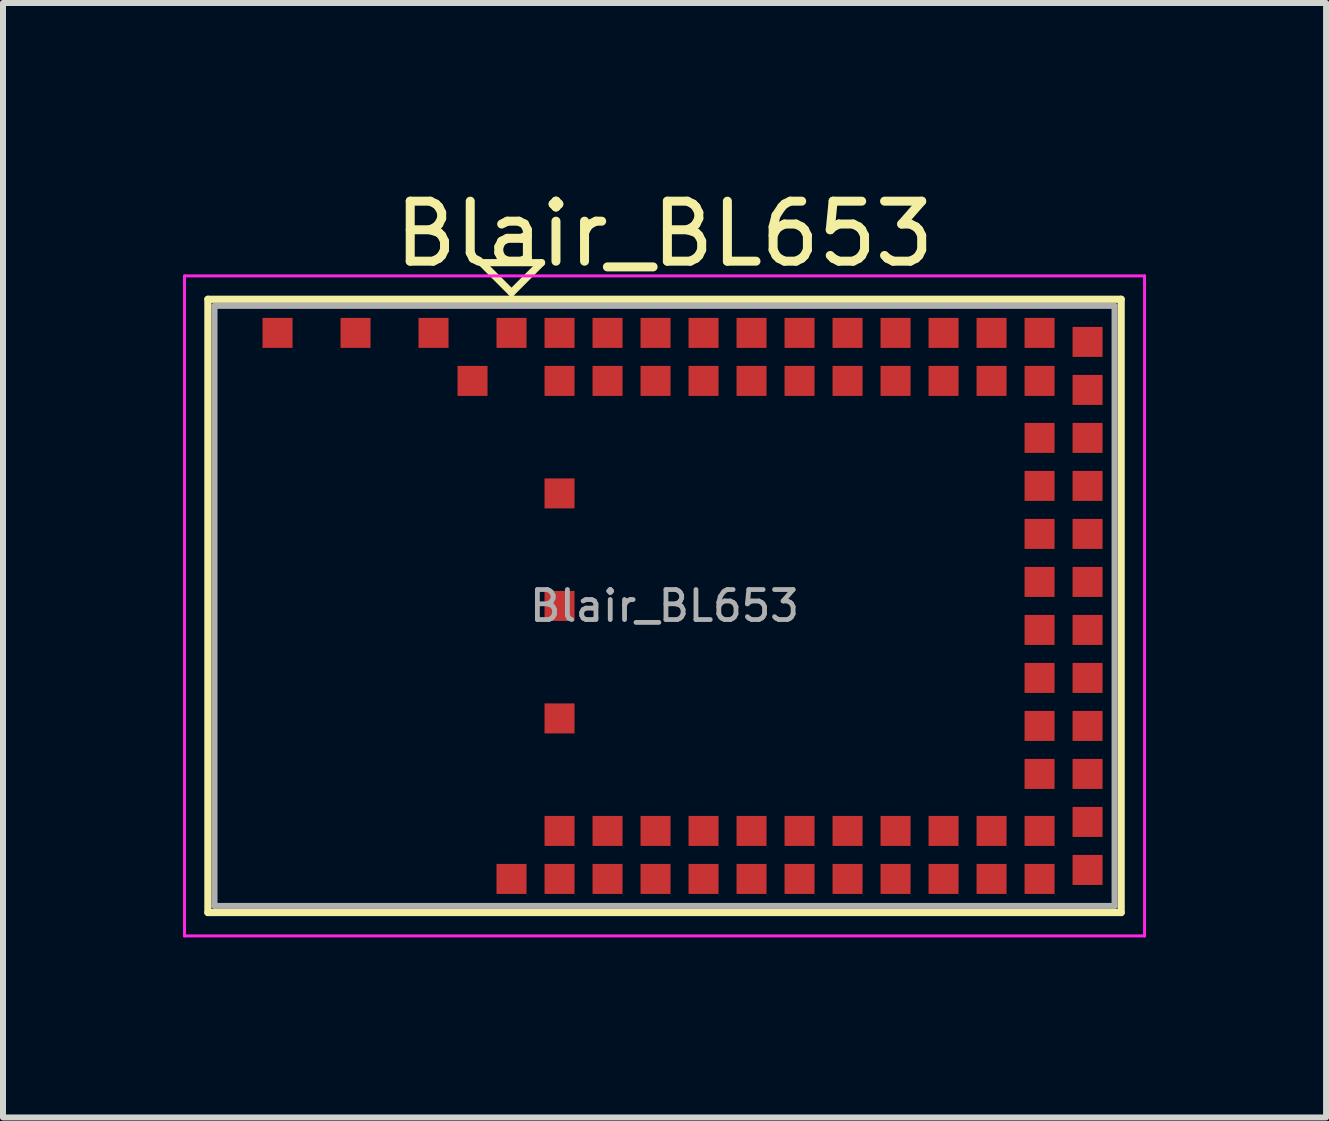
<source format=kicad_pcb>
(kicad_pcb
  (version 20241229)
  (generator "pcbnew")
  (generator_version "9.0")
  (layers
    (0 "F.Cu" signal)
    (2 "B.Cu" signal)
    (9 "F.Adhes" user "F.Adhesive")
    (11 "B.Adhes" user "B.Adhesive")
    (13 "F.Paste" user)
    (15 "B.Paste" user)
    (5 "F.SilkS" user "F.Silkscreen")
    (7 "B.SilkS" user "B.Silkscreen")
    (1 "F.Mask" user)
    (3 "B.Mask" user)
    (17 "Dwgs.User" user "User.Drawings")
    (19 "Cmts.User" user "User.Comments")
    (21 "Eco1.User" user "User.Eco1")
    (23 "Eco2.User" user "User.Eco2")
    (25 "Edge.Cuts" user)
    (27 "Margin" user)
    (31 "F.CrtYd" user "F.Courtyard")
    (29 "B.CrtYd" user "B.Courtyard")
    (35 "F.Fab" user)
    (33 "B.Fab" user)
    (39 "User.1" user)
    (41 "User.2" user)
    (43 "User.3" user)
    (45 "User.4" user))
  (footprint "Blair_BL653"
    (layer "F.Cu")
    (at 8.025 7.048)
    (property "Reference" "Blair_BL653" (at 0 -6.2 0) (layer "F.SilkS") (effects (font (size 1 1) (thickness 0.15))))
    (attr smd)
    (fp_line (start -7.61 -5.11) (end 7.61 -5.11) (stroke (width 0.12) (type solid)) (layer "F.SilkS"))
    (fp_line (start -7.61 5.11) (end -7.61 -5.11) (stroke (width 0.12) (type solid)) (layer "F.SilkS"))
    (fp_line (start -3.05 -5.72) (end -2.05 -5.72) (stroke (width 0.12) (type solid)) (layer "F.SilkS"))
    (fp_line (start -2.55 -5.22) (end -3.05 -5.72) (stroke (width 0.12) (type solid)) (layer "F.SilkS"))
    (fp_line (start -2.05 -5.72) (end -2.55 -5.22) (stroke (width 0.12) (type solid)) (layer "F.SilkS"))
    (fp_line (start 7.61 -5.11) (end 7.61 5.11) (stroke (width 0.12) (type solid)) (layer "F.SilkS"))
    (fp_line (start 7.61 5.11) (end -7.61 5.11) (stroke (width 0.12) (type solid)) (layer "F.SilkS"))
    (fp_line (start -8 -5.5) (end 8 -5.5) (stroke (width 0.05) (type solid)) (layer "F.CrtYd"))
    (fp_line (start -8 5.5) (end -8 -5.5) (stroke (width 0.05) (type solid)) (layer "F.CrtYd"))
    (fp_line (start 8 -5.5) (end 8 5.5) (stroke (width 0.05) (type solid)) (layer "F.CrtYd"))
    (fp_line (start 8 5.5) (end -8 5.5) (stroke (width 0.05) (type solid)) (layer "F.CrtYd"))
    (fp_line (start -7.5 -5) (end 7.5 -5) (stroke (width 0.1) (type solid)) (layer "F.Fab"))
    (fp_line (start -7.5 5) (end -7.5 -5) (stroke (width 0.1) (type solid)) (layer "F.Fab"))
    (fp_line (start 7.5 -5) (end 7.5 5) (stroke (width 0.1) (type solid)) (layer "F.Fab"))
    (fp_line (start 7.5 5) (end -7.5 5) (stroke (width 0.1) (type solid)) (layer "F.Fab"))
    (fp_text user "${REFERENCE}" (at 0 0 0) (layer "F.Fab") (effects (font (size 0.5 0.5) (thickness 0.08))))
    (pad "0" smd rect (at -2.55 -4.55) (size 0.5 0.5) (layers "F.Cu" "F.Mask" "F.Paste"))
    (pad "1" smd rect (at -1.75 -4.55) (size 0.5 0.5) (layers "F.Cu" "F.Mask" "F.Paste"))
    (pad "2" smd rect (at -1.75 -3.75) (size 0.5 0.5) (layers "F.Cu" "F.Mask" "F.Paste"))
    (pad "3" smd rect (at -0.95 -4.55) (size 0.5 0.5) (layers "F.Cu" "F.Mask" "F.Paste"))
    (pad "4" smd rect (at -0.95 -3.75) (size 0.5 0.5) (layers "F.Cu" "F.Mask" "F.Paste"))
    (pad "5" smd rect (at -0.15 -4.55) (size 0.5 0.5) (layers "F.Cu" "F.Mask" "F.Paste"))
    (pad "6" smd rect (at -0.15 -3.75) (size 0.5 0.5) (layers "F.Cu" "F.Mask" "F.Paste"))
    (pad "7" smd rect (at 0.65 -4.55) (size 0.5 0.5) (layers "F.Cu" "F.Mask" "F.Paste"))
    (pad "8" smd rect (at 0.65 -3.75) (size 0.5 0.5) (layers "F.Cu" "F.Mask" "F.Paste"))
    (pad "9" smd rect (at 1.45 -4.55) (size 0.5 0.5) (layers "F.Cu" "F.Mask" "F.Paste"))
    (pad "10" smd rect (at 1.45 -3.75) (size 0.5 0.5) (layers "F.Cu" "F.Mask" "F.Paste"))
    (pad "11" smd rect (at 2.25 -4.55) (size 0.5 0.5) (layers "F.Cu" "F.Mask" "F.Paste"))
    (pad "12" smd rect (at 2.25 -3.75) (size 0.5 0.5) (layers "F.Cu" "F.Mask" "F.Paste"))
    (pad "13" smd rect (at 3.05 -4.55) (size 0.5 0.5) (layers "F.Cu" "F.Mask" "F.Paste"))
    (pad "14" smd rect (at 3.05 -3.75) (size 0.5 0.5) (layers "F.Cu" "F.Mask" "F.Paste"))
    (pad "15" smd rect (at 3.85 -4.55) (size 0.5 0.5) (layers "F.Cu" "F.Mask" "F.Paste"))
    (pad "16" smd rect (at 3.85 -3.75) (size 0.5 0.5) (layers "F.Cu" "F.Mask" "F.Paste"))
    (pad "17" smd rect (at 4.65 -4.55) (size 0.5 0.5) (layers "F.Cu" "F.Mask" "F.Paste"))
    (pad "18" smd rect (at 4.65 -3.75) (size 0.5 0.5) (layers "F.Cu" "F.Mask" "F.Paste"))
    (pad "19" smd rect (at 5.45 -4.55) (size 0.5 0.5) (layers "F.Cu" "F.Mask" "F.Paste"))
    (pad "20" smd rect (at 5.45 -3.75) (size 0.5 0.5) (layers "F.Cu" "F.Mask" "F.Paste"))
    (pad "21" smd rect (at 6.25 -4.55) (size 0.5 0.5) (layers "F.Cu" "F.Mask" "F.Paste"))
    (pad "22" smd rect (at 6.25 -3.75) (size 0.5 0.5) (layers "F.Cu" "F.Mask" "F.Paste"))
    (pad "23" smd rect (at 7.05 -4.4) (size 0.5 0.5) (layers "F.Cu" "F.Mask" "F.Paste"))
    (pad "24" smd rect (at 7.05 -3.6) (size 0.5 0.5) (layers "F.Cu" "F.Mask" "F.Paste"))
    (pad "25" smd rect (at 7.05 -2.8) (size 0.5 0.5) (layers "F.Cu" "F.Mask" "F.Paste"))
    (pad "26" smd rect (at 6.25 -2.8) (size 0.5 0.5) (layers "F.Cu" "F.Mask" "F.Paste"))
    (pad "27" smd rect (at 7.05 -2) (size 0.5 0.5) (layers "F.Cu" "F.Mask" "F.Paste"))
    (pad "28" smd rect (at 6.25 -2) (size 0.5 0.5) (layers "F.Cu" "F.Mask" "F.Paste"))
    (pad "29" smd rect (at 7.05 -1.2) (size 0.5 0.5) (layers "F.Cu" "F.Mask" "F.Paste"))
    (pad "30" smd rect (at 6.25 -1.2) (size 0.5 0.5) (layers "F.Cu" "F.Mask" "F.Paste"))
    (pad "31" smd rect (at 7.05 -0.4) (size 0.5 0.5) (layers "F.Cu" "F.Mask" "F.Paste"))
    (pad "32" smd rect (at 6.25 -0.4) (size 0.5 0.5) (layers "F.Cu" "F.Mask" "F.Paste"))
    (pad "33" smd rect (at 7.05 0.4) (size 0.5 0.5) (layers "F.Cu" "F.Mask" "F.Paste"))
    (pad "34" smd rect (at 6.25 0.4) (size 0.5 0.5) (layers "F.Cu" "F.Mask" "F.Paste"))
    (pad "35" smd rect (at 7.05 1.2) (size 0.5 0.5) (layers "F.Cu" "F.Mask" "F.Paste"))
    (pad "36" smd rect (at 6.25 1.2) (size 0.5 0.5) (layers "F.Cu" "F.Mask" "F.Paste"))
    (pad "37" smd rect (at 7.05 2) (size 0.5 0.5) (layers "F.Cu" "F.Mask" "F.Paste"))
    (pad "38" smd rect (at 6.25 2) (size 0.5 0.5) (layers "F.Cu" "F.Mask" "F.Paste"))
    (pad "39" smd rect (at 7.05 2.8) (size 0.5 0.5) (layers "F.Cu" "F.Mask" "F.Paste"))
    (pad "40" smd rect (at 6.25 2.8) (size 0.5 0.5) (layers "F.Cu" "F.Mask" "F.Paste"))
    (pad "41" smd rect (at 7.05 3.6) (size 0.5 0.5) (layers "F.Cu" "F.Mask" "F.Paste"))
    (pad "42" smd rect (at 7.05 4.4) (size 0.5 0.5) (layers "F.Cu" "F.Mask" "F.Paste"))
    (pad "43" smd rect (at 6.25 4.55) (size 0.5 0.5) (layers "F.Cu" "F.Mask" "F.Paste"))
    (pad "44" smd rect (at 6.25 3.75) (size 0.5 0.5) (layers "F.Cu" "F.Mask" "F.Paste"))
    (pad "45" smd rect (at 5.45 4.55) (size 0.5 0.5) (layers "F.Cu" "F.Mask" "F.Paste"))
    (pad "46" smd rect (at 5.45 3.75) (size 0.5 0.5) (layers "F.Cu" "F.Mask" "F.Paste"))
    (pad "47" smd rect (at 4.65 4.55) (size 0.5 0.5) (layers "F.Cu" "F.Mask" "F.Paste"))
    (pad "48" smd rect (at 4.65 3.75) (size 0.5 0.5) (layers "F.Cu" "F.Mask" "F.Paste"))
    (pad "49" smd rect (at 3.85 4.55) (size 0.5 0.5) (layers "F.Cu" "F.Mask" "F.Paste"))
    (pad "50" smd rect (at 3.85 3.75) (size 0.5 0.5) (layers "F.Cu" "F.Mask" "F.Paste"))
    (pad "51" smd rect (at 3.05 4.55) (size 0.5 0.5) (layers "F.Cu" "F.Mask" "F.Paste"))
    (pad "52" smd rect (at 3.05 3.75) (size 0.5 0.5) (layers "F.Cu" "F.Mask" "F.Paste"))
    (pad "53" smd rect (at 2.25 4.55) (size 0.5 0.5) (layers "F.Cu" "F.Mask" "F.Paste"))
    (pad "54" smd rect (at 2.25 3.75) (size 0.5 0.5) (layers "F.Cu" "F.Mask" "F.Paste"))
    (pad "55" smd rect (at 1.45 4.55) (size 0.5 0.5) (layers "F.Cu" "F.Mask" "F.Paste"))
    (pad "56" smd rect (at 1.45 3.75) (size 0.5 0.5) (layers "F.Cu" "F.Mask" "F.Paste"))
    (pad "57" smd rect (at 0.65 4.55) (size 0.5 0.5) (layers "F.Cu" "F.Mask" "F.Paste"))
    (pad "58" smd rect (at 0.65 3.75) (size 0.5 0.5) (layers "F.Cu" "F.Mask" "F.Paste"))
    (pad "59" smd rect (at -0.15 4.55) (size 0.5 0.5) (layers "F.Cu" "F.Mask" "F.Paste"))
    (pad "60" smd rect (at -0.15 3.75) (size 0.5 0.5) (layers "F.Cu" "F.Mask" "F.Paste"))
    (pad "61" smd rect (at -0.95 4.55) (size 0.5 0.5) (layers "F.Cu" "F.Mask" "F.Paste"))
    (pad "62" smd rect (at -0.95 3.75) (size 0.5 0.5) (layers "F.Cu" "F.Mask" "F.Paste"))
    (pad "63" smd rect (at -1.75 4.55) (size 0.5 0.5) (layers "F.Cu" "F.Mask" "F.Paste"))
    (pad "64" smd rect (at -1.75 3.75) (size 0.5 0.5) (layers "F.Cu" "F.Mask" "F.Paste"))
    (pad "65" smd rect (at -2.55 4.55) (size 0.5 0.5) (layers "F.Cu" "F.Mask" "F.Paste"))
    (pad "66" smd rect (at -3.85 -4.55) (size 0.5 0.5) (layers "F.Cu" "F.Mask" "F.Paste"))
    (pad "67" smd rect (at -5.15 -4.55) (size 0.5 0.5) (layers "F.Cu" "F.Mask" "F.Paste"))
    (pad "68" smd rect (at -6.45 -4.55) (size 0.5 0.5) (layers "F.Cu" "F.Mask" "F.Paste"))
    (pad "68" smd rect (at -1.75 1.875) (size 0.5 0.5) (layers "F.Cu" "F.Mask" "F.Paste"))
    (pad "69" smd rect (at -1.75 0) (size 0.5 0.5) (layers "F.Cu" "F.Mask" "F.Paste"))
    (pad "71" smd rect (at -1.75 -1.875) (size 0.5 0.5) (layers "F.Cu" "F.Mask" "F.Paste"))
    (pad "72" smd rect (at -3.2 -3.75) (size 0.5 0.5) (layers "F.Cu" "F.Mask" "F.Paste")))
  (gr_rect
    (start -3 -3)
    (end 19.05 15.573)
    (stroke (width 0.1) (type default))
    (fill no)
    (layer "Edge.Cuts")))
</source>
